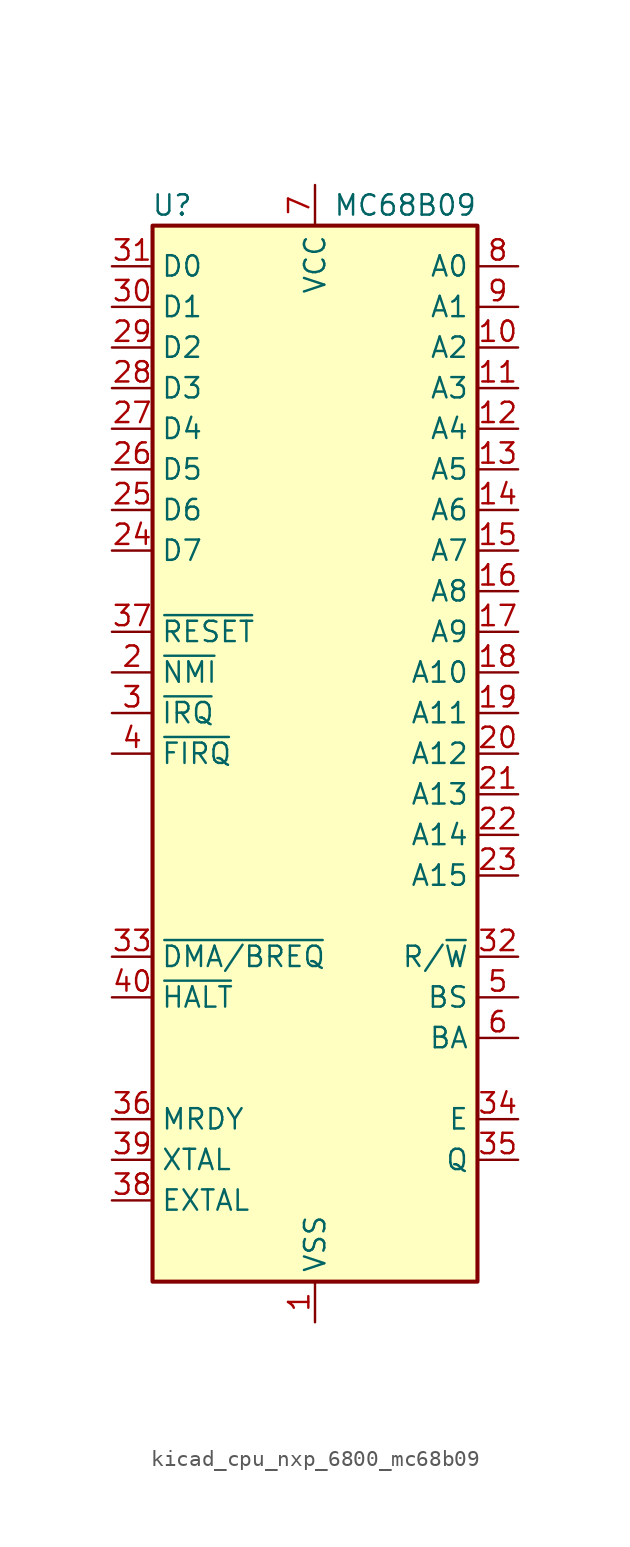
<source format=kicad_sym>
(kicad_symbol_lib
  (version 20220914)
  (generator kicad_symbol_editor)
  (symbol "kicad_cpu_nxp_6800_mc68b09"
    (property "Reference" "U"
      (at -7.62 34.29 0)
      (effects (font (size 1.27 1.27)) (justify right)))
    (property "Value" "MC68B09"
      (at 10.16 34.29 0)
      (effects (font (size 1.27 1.27)) (justify right)))
    (symbol "kicad_cpu_nxp_6800_mc68b09_0_1"
      (rectangle (start -10.16 -33.02) (end 10.16 33.02) (stroke (width 0.254) (type default)) (fill (type background))))
    (symbol "kicad_cpu_nxp_6800_mc68b09_1_1"
      (pin power_in line (at 0 -35.56 90) (length 2.54) (name "VSS" (effects (font (size 1.27 1.27)))) (number "1" (effects (font (size 1.27 1.27)))))
      (pin output line (at 12.7 25.4 180) (length 2.54) (name "A2" (effects (font (size 1.27 1.27)))) (number "10" (effects (font (size 1.27 1.27)))))
      (pin output line (at 12.7 22.86 180) (length 2.54) (name "A3" (effects (font (size 1.27 1.27)))) (number "11" (effects (font (size 1.27 1.27)))))
      (pin output line (at 12.7 20.32 180) (length 2.54) (name "A4" (effects (font (size 1.27 1.27)))) (number "12" (effects (font (size 1.27 1.27)))))
      (pin output line (at 12.7 17.78 180) (length 2.54) (name "A5" (effects (font (size 1.27 1.27)))) (number "13" (effects (font (size 1.27 1.27)))))
      (pin output line (at 12.7 15.24 180) (length 2.54) (name "A6" (effects (font (size 1.27 1.27)))) (number "14" (effects (font (size 1.27 1.27)))))
      (pin output line (at 12.7 12.7 180) (length 2.54) (name "A7" (effects (font (size 1.27 1.27)))) (number "15" (effects (font (size 1.27 1.27)))))
      (pin output line (at 12.7 10.16 180) (length 2.54) (name "A8" (effects (font (size 1.27 1.27)))) (number "16" (effects (font (size 1.27 1.27)))))
      (pin output line (at 12.7 7.62 180) (length 2.54) (name "A9" (effects (font (size 1.27 1.27)))) (number "17" (effects (font (size 1.27 1.27)))))
      (pin output line (at 12.7 5.08 180) (length 2.54) (name "A10" (effects (font (size 1.27 1.27)))) (number "18" (effects (font (size 1.27 1.27)))))
      (pin output line (at 12.7 2.54 180) (length 2.54) (name "A11" (effects (font (size 1.27 1.27)))) (number "19" (effects (font (size 1.27 1.27)))))
      (pin input line (at -12.7 5.08 0) (length 2.54) (name "~{NMI}" (effects (font (size 1.27 1.27)))) (number "2" (effects (font (size 1.27 1.27)))))
      (pin output line (at 12.7 0 180) (length 2.54) (name "A12" (effects (font (size 1.27 1.27)))) (number "20" (effects (font (size 1.27 1.27)))))
      (pin output line (at 12.7 -2.54 180) (length 2.54) (name "A13" (effects (font (size 1.27 1.27)))) (number "21" (effects (font (size 1.27 1.27)))))
      (pin output line (at 12.7 -5.08 180) (length 2.54) (name "A14" (effects (font (size 1.27 1.27)))) (number "22" (effects (font (size 1.27 1.27)))))
      (pin output line (at 12.7 -7.62 180) (length 2.54) (name "A15" (effects (font (size 1.27 1.27)))) (number "23" (effects (font (size 1.27 1.27)))))
      (pin bidirectional line (at -12.7 12.7 0) (length 2.54) (name "D7" (effects (font (size 1.27 1.27)))) (number "24" (effects (font (size 1.27 1.27)))))
      (pin bidirectional line (at -12.7 15.24 0) (length 2.54) (name "D6" (effects (font (size 1.27 1.27)))) (number "25" (effects (font (size 1.27 1.27)))))
      (pin bidirectional line (at -12.7 17.78 0) (length 2.54) (name "D5" (effects (font (size 1.27 1.27)))) (number "26" (effects (font (size 1.27 1.27)))))
      (pin bidirectional line (at -12.7 20.32 0) (length 2.54) (name "D4" (effects (font (size 1.27 1.27)))) (number "27" (effects (font (size 1.27 1.27)))))
      (pin bidirectional line (at -12.7 22.86 0) (length 2.54) (name "D3" (effects (font (size 1.27 1.27)))) (number "28" (effects (font (size 1.27 1.27)))))
      (pin bidirectional line (at -12.7 25.4 0) (length 2.54) (name "D2" (effects (font (size 1.27 1.27)))) (number "29" (effects (font (size 1.27 1.27)))))
      (pin input line (at -12.7 2.54 0) (length 2.54) (name "~{IRQ}" (effects (font (size 1.27 1.27)))) (number "3" (effects (font (size 1.27 1.27)))))
      (pin bidirectional line (at -12.7 27.94 0) (length 2.54) (name "D1" (effects (font (size 1.27 1.27)))) (number "30" (effects (font (size 1.27 1.27)))))
      (pin bidirectional line (at -12.7 30.48 0) (length 2.54) (name "D0" (effects (font (size 1.27 1.27)))) (number "31" (effects (font (size 1.27 1.27)))))
      (pin output line (at 12.7 -12.7 180) (length 2.54) (name "R/~{W}" (effects (font (size 1.27 1.27)))) (number "32" (effects (font (size 1.27 1.27)))))
      (pin input line (at -12.7 -12.7 0) (length 2.54) (name "~{DMA/BREQ}" (effects (font (size 1.27 1.27)))) (number "33" (effects (font (size 1.27 1.27)))))
      (pin output line (at 12.7 -22.86 180) (length 2.54) (name "E" (effects (font (size 1.27 1.27)))) (number "34" (effects (font (size 1.27 1.27)))))
      (pin output line (at 12.7 -25.4 180) (length 2.54) (name "Q" (effects (font (size 1.27 1.27)))) (number "35" (effects (font (size 1.27 1.27)))))
      (pin input line (at -12.7 -22.86 0) (length 2.54) (name "MRDY" (effects (font (size 1.27 1.27)))) (number "36" (effects (font (size 1.27 1.27)))))
      (pin input line (at -12.7 7.62 0) (length 2.54) (name "~{RESET}" (effects (font (size 1.27 1.27)))) (number "37" (effects (font (size 1.27 1.27)))))
      (pin input line (at -12.7 -27.94 0) (length 2.54) (name "EXTAL" (effects (font (size 1.27 1.27)))) (number "38" (effects (font (size 1.27 1.27)))))
      (pin input line (at -12.7 -25.4 0) (length 2.54) (name "XTAL" (effects (font (size 1.27 1.27)))) (number "39" (effects (font (size 1.27 1.27)))))
      (pin input line (at -12.7 0 0) (length 2.54) (name "~{FIRQ}" (effects (font (size 1.27 1.27)))) (number "4" (effects (font (size 1.27 1.27)))))
      (pin input line (at -12.7 -15.24 0) (length 2.54) (name "~{HALT}" (effects (font (size 1.27 1.27)))) (number "40" (effects (font (size 1.27 1.27)))))
      (pin output line (at 12.7 -15.24 180) (length 2.54) (name "BS" (effects (font (size 1.27 1.27)))) (number "5" (effects (font (size 1.27 1.27)))))
      (pin output line (at 12.7 -17.78 180) (length 2.54) (name "BA" (effects (font (size 1.27 1.27)))) (number "6" (effects (font (size 1.27 1.27)))))
      (pin power_in line (at 0 35.56 270) (length 2.54) (name "VCC" (effects (font (size 1.27 1.27)))) (number "7" (effects (font (size 1.27 1.27)))))
      (pin output line (at 12.7 30.48 180) (length 2.54) (name "A0" (effects (font (size 1.27 1.27)))) (number "8" (effects (font (size 1.27 1.27)))))
      (pin output line (at 12.7 27.94 180) (length 2.54) (name "A1" (effects (font (size 1.27 1.27)))) (number "9" (effects (font (size 1.27 1.27))))))))
</source>
